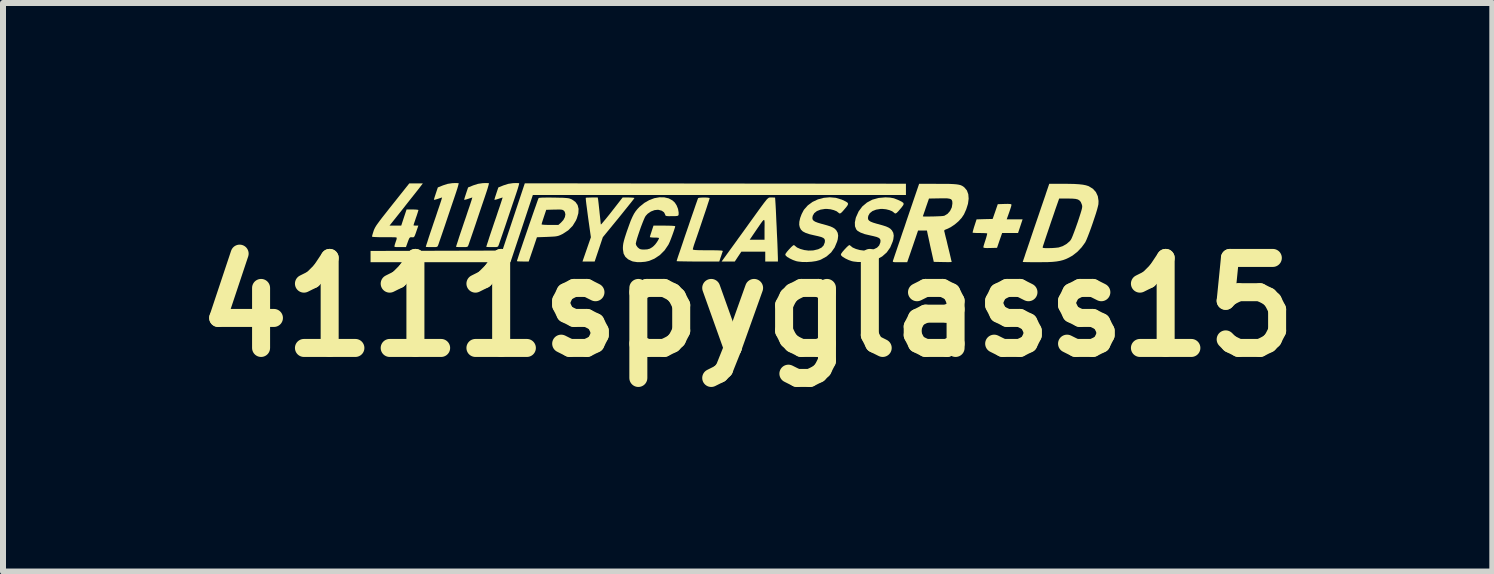
<source format=kicad_pcb>
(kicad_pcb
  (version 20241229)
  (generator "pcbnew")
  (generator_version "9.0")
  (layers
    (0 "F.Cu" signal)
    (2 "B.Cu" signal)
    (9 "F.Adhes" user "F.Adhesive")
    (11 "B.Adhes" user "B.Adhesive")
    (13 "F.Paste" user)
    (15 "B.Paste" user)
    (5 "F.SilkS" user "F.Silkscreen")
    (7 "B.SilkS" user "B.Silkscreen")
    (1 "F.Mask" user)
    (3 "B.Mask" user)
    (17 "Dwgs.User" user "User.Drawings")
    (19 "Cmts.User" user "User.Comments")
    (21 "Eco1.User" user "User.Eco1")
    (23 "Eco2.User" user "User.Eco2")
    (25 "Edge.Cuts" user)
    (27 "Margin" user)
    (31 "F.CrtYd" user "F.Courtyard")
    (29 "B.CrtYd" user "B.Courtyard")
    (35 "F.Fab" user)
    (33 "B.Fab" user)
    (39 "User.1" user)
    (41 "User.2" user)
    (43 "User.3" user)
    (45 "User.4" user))
  (footprint "4111spyglass15"
    (layer "F.Cu")
    (at 9.407 2.069)
    (property "Reference" "4111spyglass15" (at 0 0 0) (layer "F.SilkS") (effects (font (size 1.5 1.5) (thickness 0.3))))
    (attr board_only exclude_from_pos_files exclude_from_bom)
    (fp_poly (pts (xy -0.538 -2.061) (xy 2.637 -2.058) (xy 2.637 -1.964) (xy 2.637 -1.87) (xy -0.471 -1.87) (xy -3.579 -1.87) (xy -3.765 -1.31) (xy -3.952 -0.75) (xy -5.117 -0.75) (xy -6.283 -0.75) (xy -6.283 -0.844) (xy -6.283 -0.938) (xy -5.185 -0.941) (xy -4.087 -0.944) (xy -3.9 -1.504) (xy -3.713 -2.065)) (stroke (width 0) (type solid)) (fill yes) (layer "F.SilkS"))
    (fp_poly (pts (xy -2.491 -1.79) (xy -2.488 -1.766) (xy -2.483 -1.723) (xy -2.477 -1.666) (xy -2.47 -1.602) (xy -2.467 -1.571) (xy -2.46 -1.508) (xy -2.454 -1.453) (xy -2.45 -1.41) (xy -2.447 -1.384) (xy -2.446 -1.379) (xy -2.438 -1.384) (xy -2.418 -1.407) (xy -2.388 -1.443) (xy -2.349 -1.49) (xy -2.303 -1.547) (xy -2.263 -1.598) (xy -2.083 -1.829) (xy -1.985 -1.829) (xy -1.94 -1.827) (xy -1.907 -1.825) (xy -1.889 -1.821) (xy -1.887 -1.819) (xy -1.894 -1.808) (xy -1.915 -1.781) (xy -1.947 -1.74) (xy -1.989 -1.688) (xy -2.039 -1.626) (xy -2.095 -1.556) (xy -2.15 -1.488) (xy -2.413 -1.167) (xy -2.481 -0.964) (xy -2.549 -0.762) (xy -2.651 -0.762) (xy -2.752 -0.762) (xy -2.682 -0.964) (xy -2.612 -1.166) (xy -2.658 -1.492) (xy -2.669 -1.576) (xy -2.679 -1.653) (xy -2.688 -1.719) (xy -2.694 -1.771) (xy -2.697 -1.807) (xy -2.698 -1.823) (xy -2.698 -1.823) (xy -2.684 -1.826) (xy -2.653 -1.827) (xy -2.61 -1.828) (xy -2.595 -1.829) (xy -2.498 -1.829)) (stroke (width 0) (type solid)) (fill yes) (layer "F.SilkS"))
    (fp_poly (pts (xy 4.369 -1.72) (xy 4.388 -1.717) (xy 4.395 -1.71) (xy 4.395 -1.706) (xy 4.392 -1.688) (xy 4.382 -1.654) (xy 4.367 -1.609) (xy 4.356 -1.577) (xy 4.316 -1.465) (xy 4.448 -1.465) (xy 4.581 -1.465) (xy 4.543 -1.351) (xy 4.505 -1.237) (xy 4.372 -1.237) (xy 4.24 -1.237) (xy 4.197 -1.114) (xy 4.155 -0.99) (xy 4.041 -0.987) (xy 3.986 -0.986) (xy 3.951 -0.988) (xy 3.933 -0.992) (xy 3.927 -0.999) (xy 3.927 -1) (xy 3.93 -1.017) (xy 3.94 -1.051) (xy 3.954 -1.095) (xy 3.962 -1.119) (xy 3.976 -1.165) (xy 3.986 -1.202) (xy 3.991 -1.225) (xy 3.99 -1.23) (xy 3.976 -1.233) (xy 3.944 -1.235) (xy 3.9 -1.236) (xy 3.867 -1.237) (xy 3.818 -1.237) (xy 3.778 -1.239) (xy 3.753 -1.241) (xy 3.748 -1.243) (xy 3.75 -1.256) (xy 3.758 -1.287) (xy 3.77 -1.329) (xy 3.779 -1.357) (xy 3.814 -1.464) (xy 3.948 -1.468) (xy 4.082 -1.471) (xy 4.125 -1.594) (xy 4.167 -1.717) (xy 4.281 -1.721) (xy 4.335 -1.722)) (stroke (width 0) (type solid)) (fill yes) (layer "F.SilkS"))
    (fp_poly (pts (xy -4.831 -2.068) (xy -4.815 -2.067) (xy -4.815 -2.067) (xy -4.816 -2.055) (xy -4.824 -2.024) (xy -4.837 -1.979) (xy -4.855 -1.923) (xy -4.872 -1.872) (xy -4.894 -1.807) (xy -4.922 -1.725) (xy -4.953 -1.633) (xy -4.986 -1.535) (xy -5.019 -1.437) (xy -5.041 -1.371) (xy -5.069 -1.289) (xy -5.095 -1.213) (xy -5.118 -1.146) (xy -5.137 -1.091) (xy -5.15 -1.052) (xy -5.158 -1.032) (xy -5.158 -1.031) (xy -5.165 -1.016) (xy -5.176 -1.007) (xy -5.196 -1.003) (xy -5.23 -1.002) (xy -5.264 -1.002) (xy -5.309 -1.002) (xy -5.343 -1.004) (xy -5.361 -1.005) (xy -5.362 -1.006) (xy -5.36 -1.018) (xy -5.35 -1.049) (xy -5.334 -1.097) (xy -5.314 -1.161) (xy -5.289 -1.236) (xy -5.26 -1.321) (xy -5.229 -1.414) (xy -5.227 -1.419) (xy -5.195 -1.512) (xy -5.167 -1.597) (xy -5.141 -1.673) (xy -5.12 -1.736) (xy -5.104 -1.785) (xy -5.095 -1.817) (xy -5.091 -1.828) (xy -5.091 -1.829) (xy -5.104 -1.825) (xy -5.131 -1.816) (xy -5.161 -1.806) (xy -5.196 -1.795) (xy -5.22 -1.79) (xy -5.228 -1.792) (xy -5.224 -1.806) (xy -5.215 -1.837) (xy -5.201 -1.879) (xy -5.195 -1.898) (xy -5.162 -1.996) (xy -5.075 -2.031) (xy -4.997 -2.056) (xy -4.922 -2.067) (xy -4.905 -2.068) (xy -4.863 -2.069)) (stroke (width 0) (type solid)) (fill yes) (layer "F.SilkS"))
    (fp_poly (pts (xy -4.327 -2.068) (xy -4.311 -2.067) (xy -4.311 -2.067) (xy -4.312 -2.055) (xy -4.32 -2.024) (xy -4.333 -1.979) (xy -4.351 -1.923) (xy -4.368 -1.872) (xy -4.39 -1.807) (xy -4.418 -1.725) (xy -4.449 -1.633) (xy -4.482 -1.535) (xy -4.515 -1.437) (xy -4.537 -1.371) (xy -4.565 -1.289) (xy -4.591 -1.213) (xy -4.614 -1.146) (xy -4.633 -1.091) (xy -4.646 -1.052) (xy -4.654 -1.032) (xy -4.654 -1.031) (xy -4.661 -1.016) (xy -4.672 -1.007) (xy -4.692 -1.003) (xy -4.726 -1.002) (xy -4.76 -1.002) (xy -4.805 -1.002) (xy -4.839 -1.004) (xy -4.857 -1.005) (xy -4.858 -1.006) (xy -4.856 -1.018) (xy -4.846 -1.049) (xy -4.83 -1.097) (xy -4.81 -1.161) (xy -4.785 -1.236) (xy -4.756 -1.321) (xy -4.725 -1.414) (xy -4.723 -1.419) (xy -4.691 -1.512) (xy -4.663 -1.597) (xy -4.637 -1.673) (xy -4.616 -1.736) (xy -4.6 -1.785) (xy -4.591 -1.817) (xy -4.587 -1.828) (xy -4.587 -1.829) (xy -4.599 -1.825) (xy -4.627 -1.816) (xy -4.657 -1.806) (xy -4.692 -1.795) (xy -4.716 -1.79) (xy -4.724 -1.792) (xy -4.72 -1.806) (xy -4.711 -1.837) (xy -4.697 -1.879) (xy -4.691 -1.898) (xy -4.658 -1.996) (xy -4.571 -2.031) (xy -4.493 -2.056) (xy -4.418 -2.067) (xy -4.401 -2.068) (xy -4.359 -2.069)) (stroke (width 0) (type solid)) (fill yes) (layer "F.SilkS"))
    (fp_poly (pts (xy -3.823 -2.068) (xy -3.807 -2.067) (xy -3.807 -2.067) (xy -3.808 -2.055) (xy -3.816 -2.024) (xy -3.829 -1.979) (xy -3.847 -1.923) (xy -3.864 -1.872) (xy -3.886 -1.807) (xy -3.914 -1.725) (xy -3.945 -1.633) (xy -3.978 -1.535) (xy -4.011 -1.437) (xy -4.033 -1.371) (xy -4.061 -1.289) (xy -4.087 -1.213) (xy -4.11 -1.146) (xy -4.129 -1.091) (xy -4.142 -1.052) (xy -4.15 -1.032) (xy -4.15 -1.031) (xy -4.157 -1.016) (xy -4.168 -1.007) (xy -4.188 -1.003) (xy -4.222 -1.002) (xy -4.256 -1.002) (xy -4.301 -1.002) (xy -4.335 -1.004) (xy -4.353 -1.005) (xy -4.354 -1.006) (xy -4.352 -1.018) (xy -4.342 -1.049) (xy -4.326 -1.097) (xy -4.306 -1.161) (xy -4.281 -1.236) (xy -4.252 -1.321) (xy -4.221 -1.414) (xy -4.219 -1.419) (xy -4.187 -1.512) (xy -4.159 -1.597) (xy -4.133 -1.673) (xy -4.112 -1.736) (xy -4.096 -1.785) (xy -4.086 -1.817) (xy -4.083 -1.828) (xy -4.083 -1.829) (xy -4.095 -1.825) (xy -4.123 -1.816) (xy -4.153 -1.806) (xy -4.188 -1.795) (xy -4.212 -1.79) (xy -4.22 -1.792) (xy -4.216 -1.806) (xy -4.207 -1.837) (xy -4.193 -1.879) (xy -4.187 -1.898) (xy -4.154 -1.996) (xy -4.067 -2.031) (xy -3.988 -2.056) (xy -3.914 -2.067) (xy -3.897 -2.068) (xy -3.855 -2.069)) (stroke (width 0) (type solid)) (fill yes) (layer "F.SilkS"))
    (fp_poly (pts (xy 0.39 -1.829) (xy 0.4 -1.829) (xy 0.433 -1.828) (xy 0.454 -1.827) (xy 0.457 -1.826) (xy 0.459 -1.8) (xy 0.462 -1.755) (xy 0.466 -1.692) (xy 0.47 -1.616) (xy 0.474 -1.529) (xy 0.478 -1.435) (xy 0.483 -1.337) (xy 0.487 -1.238) (xy 0.492 -1.141) (xy 0.496 -1.05) (xy 0.499 -0.968) (xy 0.501 -0.898) (xy 0.503 -0.844) (xy 0.504 -0.808) (xy 0.504 -0.802) (xy 0.504 -0.762) (xy 0.399 -0.762) (xy 0.293 -0.762) (xy 0.293 -0.844) (xy 0.293 -0.926) (xy 0.094 -0.926) (xy -0.105 -0.926) (xy -0.16 -0.844) (xy -0.214 -0.762) (xy -0.324 -0.762) (xy -0.434 -0.762) (xy -0.279 -0.976) (xy -0.228 -1.046) (xy -0.171 -1.125) (xy 0.034 -1.125) (xy 0.158 -1.125) (xy 0.281 -1.125) (xy 0.281 -1.303) (xy 0.282 -1.365) (xy 0.282 -1.412) (xy 0.28 -1.441) (xy 0.274 -1.455) (xy 0.262 -1.45) (xy 0.243 -1.429) (xy 0.215 -1.39) (xy 0.175 -1.332) (xy 0.136 -1.275) (xy 0.034 -1.125) (xy -0.171 -1.125) (xy -0.168 -1.13) (xy -0.101 -1.222) (xy -0.033 -1.316) (xy 0.032 -1.407) (xy 0.074 -1.465) (xy 0.141 -1.558) (xy 0.195 -1.633) (xy 0.239 -1.693) (xy 0.274 -1.74) (xy 0.301 -1.774) (xy 0.321 -1.799) (xy 0.338 -1.814) (xy 0.351 -1.824) (xy 0.363 -1.828) (xy 0.376 -1.829)) (stroke (width 0) (type solid)) (fill yes) (layer "F.SilkS"))
    (fp_poly (pts (xy -0.703 -1.828) (xy -0.667 -1.826) (xy -0.641 -1.822) (xy -0.633 -1.817) (xy -0.637 -1.804) (xy -0.647 -1.771) (xy -0.663 -1.723) (xy -0.683 -1.66) (xy -0.707 -1.588) (xy -0.734 -1.509) (xy -0.762 -1.425) (xy -0.791 -1.339) (xy -0.819 -1.256) (xy -0.846 -1.177) (xy -0.871 -1.105) (xy -0.878 -1.085) (xy -0.894 -1.038) (xy -0.906 -0.998) (xy -0.913 -0.972) (xy -0.914 -0.965) (xy -0.91 -0.96) (xy -0.896 -0.956) (xy -0.869 -0.953) (xy -0.827 -0.951) (xy -0.768 -0.95) (xy -0.688 -0.949) (xy -0.661 -0.949) (xy -0.575 -0.949) (xy -0.51 -0.948) (xy -0.463 -0.946) (xy -0.433 -0.944) (xy -0.418 -0.94) (xy -0.414 -0.935) (xy -0.414 -0.935) (xy -0.421 -0.917) (xy -0.432 -0.884) (xy -0.446 -0.842) (xy -0.447 -0.841) (xy -0.473 -0.762) (xy -0.829 -0.762) (xy -0.917 -0.762) (xy -0.998 -0.763) (xy -1.067 -0.764) (xy -1.123 -0.765) (xy -1.162 -0.766) (xy -1.182 -0.768) (xy -1.184 -0.768) (xy -1.18 -0.781) (xy -1.17 -0.813) (xy -1.154 -0.862) (xy -1.132 -0.925) (xy -1.107 -0.999) (xy -1.079 -1.082) (xy -1.049 -1.172) (xy -1.017 -1.265) (xy -0.985 -1.358) (xy -0.954 -1.45) (xy -0.924 -1.537) (xy -0.896 -1.617) (xy -0.872 -1.688) (xy -0.852 -1.745) (xy -0.837 -1.788) (xy -0.828 -1.812) (xy -0.826 -1.817) (xy -0.812 -1.823) (xy -0.783 -1.826) (xy -0.744 -1.828)) (stroke (width 0) (type solid)) (fill yes) (layer "F.SilkS"))
    (fp_poly (pts (xy -5.446 -2.019) (xy -5.464 -1.995) (xy -5.496 -1.954) (xy -5.541 -1.897) (xy -5.599 -1.824) (xy -5.668 -1.737) (xy -5.747 -1.636) (xy -5.837 -1.523) (xy -5.904 -1.439) (xy -5.967 -1.36) (xy -5.87 -1.36) (xy -5.772 -1.36) (xy -5.728 -1.494) (xy -5.683 -1.629) (xy -5.584 -1.629) (xy -5.54 -1.628) (xy -5.505 -1.625) (xy -5.487 -1.621) (xy -5.486 -1.619) (xy -5.489 -1.605) (xy -5.499 -1.573) (xy -5.513 -1.529) (xy -5.527 -1.49) (xy -5.543 -1.441) (xy -5.557 -1.401) (xy -5.565 -1.374) (xy -5.568 -1.365) (xy -5.557 -1.362) (xy -5.532 -1.36) (xy -5.527 -1.36) (xy -5.487 -1.36) (xy -5.514 -1.281) (xy -5.532 -1.229) (xy -5.545 -1.195) (xy -5.555 -1.176) (xy -5.565 -1.167) (xy -5.578 -1.165) (xy -5.592 -1.166) (xy -5.613 -1.167) (xy -5.628 -1.161) (xy -5.64 -1.145) (xy -5.653 -1.114) (xy -5.668 -1.073) (xy -5.693 -1.003) (xy -5.781 -1.002) (xy -5.826 -1.002) (xy -5.861 -1.003) (xy -5.881 -1.005) (xy -5.882 -1.005) (xy -5.885 -1.018) (xy -5.878 -1.048) (xy -5.866 -1.084) (xy -5.851 -1.127) (xy -5.847 -1.153) (xy -5.852 -1.163) (xy -5.852 -1.163) (xy -5.868 -1.165) (xy -5.904 -1.166) (xy -5.954 -1.167) (xy -6.015 -1.167) (xy -6.063 -1.167) (xy -6.134 -1.167) (xy -6.192 -1.169) (xy -6.233 -1.171) (xy -6.256 -1.175) (xy -6.259 -1.177) (xy -6.256 -1.193) (xy -6.247 -1.225) (xy -6.234 -1.265) (xy -6.234 -1.267) (xy -6.226 -1.289) (xy -6.216 -1.311) (xy -6.203 -1.336) (xy -6.185 -1.365) (xy -6.16 -1.4) (xy -6.127 -1.445) (xy -6.085 -1.5) (xy -6.031 -1.568) (xy -5.966 -1.651) (xy -5.923 -1.705) (xy -5.638 -2.063) (xy -5.525 -2.063) (xy -5.412 -2.063)) (stroke (width 0) (type solid)) (fill yes) (layer "F.SilkS"))
    (fp_poly (pts (xy -3.249 -1.827) (xy -3.227 -1.827) (xy -3.145 -1.825) (xy -3.082 -1.824) (xy -3.036 -1.821) (xy -3.002 -1.818) (xy -2.976 -1.814) (xy -2.955 -1.807) (xy -2.935 -1.799) (xy -2.924 -1.793) (xy -2.869 -1.754) (xy -2.833 -1.702) (xy -2.817 -1.639) (xy -2.821 -1.566) (xy -2.845 -1.483) (xy -2.862 -1.444) (xy -2.916 -1.356) (xy -2.989 -1.282) (xy -3.079 -1.223) (xy -3.091 -1.217) (xy -3.122 -1.202) (xy -3.15 -1.191) (xy -3.178 -1.184) (xy -3.212 -1.179) (xy -3.258 -1.176) (xy -3.321 -1.173) (xy -3.34 -1.172) (xy -3.511 -1.166) (xy -3.579 -0.964) (xy -3.648 -0.762) (xy -3.746 -0.762) (xy -3.791 -0.763) (xy -3.825 -0.764) (xy -3.843 -0.767) (xy -3.845 -0.768) (xy -3.841 -0.781) (xy -3.83 -0.814) (xy -3.814 -0.864) (xy -3.793 -0.928) (xy -3.767 -1.003) (xy -3.739 -1.086) (xy -3.708 -1.176) (xy -3.676 -1.269) (xy -3.644 -1.363) (xy -3.638 -1.381) (xy -3.434 -1.381) (xy -3.423 -1.377) (xy -3.394 -1.374) (xy -3.349 -1.372) (xy -3.295 -1.371) (xy -3.294 -1.371) (xy -3.154 -1.371) (xy -3.111 -1.409) (xy -3.07 -1.454) (xy -3.045 -1.502) (xy -3.037 -1.548) (xy -3.047 -1.589) (xy -3.06 -1.606) (xy -3.072 -1.616) (xy -3.087 -1.623) (xy -3.111 -1.627) (xy -3.147 -1.628) (xy -3.2 -1.627) (xy -3.22 -1.627) (xy -3.356 -1.623) (xy -3.395 -1.507) (xy -3.411 -1.458) (xy -3.424 -1.417) (xy -3.432 -1.389) (xy -3.434 -1.381) (xy -3.638 -1.381) (xy -3.612 -1.455) (xy -3.582 -1.542) (xy -3.554 -1.622) (xy -3.529 -1.692) (xy -3.509 -1.75) (xy -3.494 -1.792) (xy -3.484 -1.816) (xy -3.482 -1.82) (xy -3.468 -1.823) (xy -3.434 -1.826) (xy -3.383 -1.827) (xy -3.32 -1.828)) (stroke (width 0) (type solid)) (fill yes) (layer "F.SilkS"))
    (fp_poly (pts (xy 2.372 -1.827) (xy 2.437 -1.815) (xy 2.501 -1.79) (xy 2.526 -1.779) (xy 2.569 -1.757) (xy 2.593 -1.739) (xy 2.6 -1.72) (xy 2.589 -1.696) (xy 2.563 -1.661) (xy 2.546 -1.641) (xy 2.509 -1.598) (xy 2.484 -1.573) (xy 2.465 -1.562) (xy 2.451 -1.565) (xy 2.438 -1.576) (xy 2.408 -1.599) (xy 2.362 -1.618) (xy 2.306 -1.632) (xy 2.248 -1.638) (xy 2.215 -1.638) (xy 2.14 -1.626) (xy 2.079 -1.602) (xy 2.035 -1.567) (xy 2.01 -1.523) (xy 2.004 -1.487) (xy 2.008 -1.463) (xy 2.022 -1.444) (xy 2.049 -1.426) (xy 2.092 -1.409) (xy 2.155 -1.39) (xy 2.176 -1.385) (xy 2.25 -1.364) (xy 2.306 -1.346) (xy 2.346 -1.328) (xy 2.376 -1.309) (xy 2.398 -1.286) (xy 2.402 -1.283) (xy 2.426 -1.24) (xy 2.434 -1.192) (xy 2.427 -1.132) (xy 2.416 -1.093) (xy 2.375 -0.995) (xy 2.317 -0.913) (xy 2.241 -0.846) (xy 2.147 -0.794) (xy 2.124 -0.785) (xy 2.066 -0.769) (xy 1.992 -0.758) (xy 1.912 -0.753) (xy 1.833 -0.754) (xy 1.764 -0.762) (xy 1.735 -0.768) (xy 1.681 -0.787) (xy 1.629 -0.812) (xy 1.585 -0.838) (xy 1.56 -0.861) (xy 1.553 -0.875) (xy 1.558 -0.892) (xy 1.578 -0.92) (xy 1.58 -0.923) (xy 1.612 -0.96) (xy 1.648 -0.998) (xy 1.656 -1.006) (xy 1.681 -1.028) (xy 1.696 -1.036) (xy 1.707 -1.03) (xy 1.712 -1.025) (xy 1.749 -0.995) (xy 1.804 -0.971) (xy 1.869 -0.953) (xy 1.939 -0.944) (xy 2.008 -0.946) (xy 2.026 -0.948) (xy 2.101 -0.966) (xy 2.156 -0.993) (xy 2.191 -1.029) (xy 2.21 -1.077) (xy 2.212 -1.088) (xy 2.213 -1.116) (xy 2.205 -1.138) (xy 2.186 -1.155) (xy 2.152 -1.17) (xy 2.099 -1.184) (xy 2.045 -1.196) (xy 1.951 -1.218) (xy 1.881 -1.244) (xy 1.832 -1.272) (xy 1.809 -1.297) (xy 1.788 -1.349) (xy 1.786 -1.413) (xy 1.801 -1.487) (xy 1.805 -1.499) (xy 1.849 -1.597) (xy 1.91 -1.679) (xy 1.987 -1.744) (xy 2.077 -1.792) (xy 2.182 -1.821) (xy 2.297 -1.831)) (stroke (width 0) (type solid)) (fill yes) (layer "F.SilkS"))
    (fp_poly (pts (xy 1.469 -1.823) (xy 1.565 -1.794) (xy 1.579 -1.788) (xy 1.63 -1.764) (xy 1.661 -1.745) (xy 1.673 -1.726) (xy 1.668 -1.704) (xy 1.646 -1.672) (xy 1.62 -1.641) (xy 1.583 -1.598) (xy 1.558 -1.573) (xy 1.539 -1.562) (xy 1.525 -1.565) (xy 1.512 -1.576) (xy 1.482 -1.599) (xy 1.436 -1.618) (xy 1.38 -1.632) (xy 1.322 -1.638) (xy 1.289 -1.638) (xy 1.214 -1.626) (xy 1.153 -1.602) (xy 1.109 -1.567) (xy 1.084 -1.523) (xy 1.078 -1.487) (xy 1.082 -1.463) (xy 1.096 -1.444) (xy 1.123 -1.426) (xy 1.166 -1.409) (xy 1.229 -1.39) (xy 1.25 -1.385) (xy 1.324 -1.364) (xy 1.38 -1.346) (xy 1.42 -1.328) (xy 1.45 -1.309) (xy 1.473 -1.286) (xy 1.476 -1.283) (xy 1.5 -1.24) (xy 1.508 -1.192) (xy 1.501 -1.132) (xy 1.49 -1.093) (xy 1.449 -0.995) (xy 1.391 -0.913) (xy 1.315 -0.846) (xy 1.221 -0.794) (xy 1.198 -0.785) (xy 1.14 -0.769) (xy 1.066 -0.758) (xy 0.986 -0.753) (xy 0.907 -0.754) (xy 0.838 -0.762) (xy 0.809 -0.768) (xy 0.755 -0.787) (xy 0.703 -0.812) (xy 0.659 -0.838) (xy 0.634 -0.861) (xy 0.627 -0.875) (xy 0.632 -0.892) (xy 0.652 -0.92) (xy 0.654 -0.923) (xy 0.686 -0.96) (xy 0.722 -0.998) (xy 0.73 -1.006) (xy 0.755 -1.028) (xy 0.77 -1.036) (xy 0.781 -1.03) (xy 0.786 -1.025) (xy 0.823 -0.995) (xy 0.878 -0.971) (xy 0.943 -0.953) (xy 1.013 -0.944) (xy 1.082 -0.946) (xy 1.1 -0.948) (xy 1.175 -0.966) (xy 1.23 -0.993) (xy 1.265 -1.029) (xy 1.284 -1.077) (xy 1.286 -1.088) (xy 1.287 -1.116) (xy 1.279 -1.138) (xy 1.26 -1.155) (xy 1.226 -1.17) (xy 1.173 -1.184) (xy 1.119 -1.196) (xy 1.033 -1.216) (xy 0.967 -1.238) (xy 0.919 -1.263) (xy 0.887 -1.294) (xy 0.868 -1.332) (xy 0.859 -1.374) (xy 0.861 -1.425) (xy 0.875 -1.487) (xy 0.899 -1.551) (xy 0.93 -1.611) (xy 0.939 -1.626) (xy 1.002 -1.697) (xy 1.081 -1.755) (xy 1.17 -1.797) (xy 1.268 -1.823) (xy 1.368 -1.832)) (stroke (width 0) (type solid)) (fill yes) (layer "F.SilkS"))
    (fp_poly (pts (xy 3.172 -2.056) (xy 3.276 -2.056) (xy 3.36 -2.055) (xy 3.426 -2.052) (xy 3.477 -2.048) (xy 3.517 -2.042) (xy 3.548 -2.034) (xy 3.573 -2.023) (xy 3.595 -2.009) (xy 3.612 -1.995) (xy 3.653 -1.946) (xy 3.676 -1.883) (xy 3.682 -1.809) (xy 3.671 -1.724) (xy 3.642 -1.632) (xy 3.604 -1.547) (xy 3.566 -1.49) (xy 3.512 -1.431) (xy 3.448 -1.377) (xy 3.382 -1.333) (xy 3.319 -1.303) (xy 3.314 -1.301) (xy 3.284 -1.289) (xy 3.274 -1.275) (xy 3.275 -1.268) (xy 3.28 -1.251) (xy 3.288 -1.216) (xy 3.3 -1.167) (xy 3.315 -1.109) (xy 3.33 -1.044) (xy 3.346 -0.978) (xy 3.362 -0.913) (xy 3.376 -0.854) (xy 3.387 -0.806) (xy 3.395 -0.772) (xy 3.399 -0.755) (xy 3.399 -0.754) (xy 3.388 -0.753) (xy 3.358 -0.752) (xy 3.314 -0.752) (xy 3.259 -0.753) (xy 3.25 -0.753) (xy 3.101 -0.756) (xy 3.058 -0.949) (xy 3.042 -1.02) (xy 3.028 -1.087) (xy 3.015 -1.147) (xy 3.005 -1.192) (xy 3.001 -1.21) (xy 2.987 -1.278) (xy 2.913 -1.278) (xy 2.839 -1.278) (xy 2.798 -1.157) (xy 2.777 -1.096) (xy 2.752 -1.022) (xy 2.726 -0.947) (xy 2.708 -0.894) (xy 2.658 -0.75) (xy 2.535 -0.75) (xy 2.481 -0.75) (xy 2.446 -0.751) (xy 2.427 -0.754) (xy 2.419 -0.76) (xy 2.419 -0.769) (xy 2.421 -0.777) (xy 2.427 -0.792) (xy 2.439 -0.828) (xy 2.457 -0.882) (xy 2.481 -0.952) (xy 2.509 -1.035) (xy 2.542 -1.131) (xy 2.577 -1.236) (xy 2.616 -1.348) (xy 2.643 -1.43) (xy 2.672 -1.515) (xy 2.919 -1.515) (xy 2.929 -1.512) (xy 2.958 -1.511) (xy 3.001 -1.511) (xy 3.053 -1.512) (xy 3.108 -1.513) (xy 3.163 -1.515) (xy 3.213 -1.517) (xy 3.251 -1.52) (xy 3.275 -1.524) (xy 3.278 -1.525) (xy 3.33 -1.556) (xy 3.372 -1.604) (xy 3.401 -1.663) (xy 3.411 -1.726) (xy 3.411 -1.727) (xy 3.41 -1.759) (xy 3.403 -1.782) (xy 3.389 -1.799) (xy 3.364 -1.808) (xy 3.324 -1.814) (xy 3.268 -1.815) (xy 3.194 -1.814) (xy 3.021 -1.811) (xy 2.97 -1.664) (xy 2.952 -1.61) (xy 2.936 -1.564) (xy 2.925 -1.532) (xy 2.919 -1.516) (xy 2.919 -1.515) (xy 2.672 -1.515) (xy 2.857 -2.057)) (stroke (width 0) (type solid)) (fill yes) (layer "F.SilkS"))
    (fp_poly (pts (xy -1.39 -1.831) (xy -1.316 -1.814) (xy -1.252 -1.779) (xy -1.214 -1.744) (xy -1.183 -1.696) (xy -1.16 -1.638) (xy -1.15 -1.58) (xy -1.15 -1.547) (xy -1.153 -1.534) (xy -1.161 -1.525) (xy -1.177 -1.521) (xy -1.206 -1.518) (xy -1.254 -1.518) (xy -1.262 -1.518) (xy -1.312 -1.517) (xy -1.344 -1.519) (xy -1.362 -1.523) (xy -1.371 -1.531) (xy -1.375 -1.544) (xy -1.376 -1.548) (xy -1.394 -1.582) (xy -1.431 -1.608) (xy -1.482 -1.622) (xy -1.495 -1.624) (xy -1.552 -1.618) (xy -1.612 -1.595) (xy -1.666 -1.558) (xy -1.7 -1.521) (xy -1.714 -1.496) (xy -1.733 -1.453) (xy -1.755 -1.398) (xy -1.779 -1.335) (xy -1.802 -1.269) (xy -1.824 -1.204) (xy -1.843 -1.145) (xy -1.856 -1.097) (xy -1.863 -1.064) (xy -1.864 -1.057) (xy -1.856 -1.031) (xy -1.836 -1.002) (xy -1.829 -0.995) (xy -1.805 -0.975) (xy -1.78 -0.965) (xy -1.745 -0.961) (xy -1.731 -0.961) (xy -1.674 -0.964) (xy -1.63 -0.976) (xy -1.59 -1) (xy -1.565 -1.021) (xy -1.539 -1.048) (xy -1.513 -1.083) (xy -1.491 -1.118) (xy -1.478 -1.146) (xy -1.477 -1.154) (xy -1.488 -1.157) (xy -1.516 -1.16) (xy -1.553 -1.16) (xy -1.592 -1.162) (xy -1.619 -1.165) (xy -1.629 -1.169) (xy -1.626 -1.184) (xy -1.617 -1.214) (xy -1.603 -1.256) (xy -1.599 -1.269) (xy -1.569 -1.36) (xy -1.388 -1.36) (xy -1.326 -1.359) (xy -1.273 -1.358) (xy -1.233 -1.355) (xy -1.211 -1.352) (xy -1.207 -1.35) (xy -1.211 -1.33) (xy -1.223 -1.294) (xy -1.239 -1.246) (xy -1.258 -1.193) (xy -1.278 -1.14) (xy -1.297 -1.092) (xy -1.314 -1.055) (xy -1.321 -1.041) (xy -1.384 -0.948) (xy -1.463 -0.869) (xy -1.554 -0.809) (xy -1.642 -0.772) (xy -1.705 -0.758) (xy -1.775 -0.752) (xy -1.844 -0.752) (xy -1.903 -0.761) (xy -1.924 -0.766) (xy -1.991 -0.798) (xy -2.038 -0.84) (xy -2.067 -0.893) (xy -2.078 -0.962) (xy -2.079 -0.99) (xy -2.077 -1.026) (xy -2.072 -1.063) (xy -2.062 -1.106) (xy -2.047 -1.159) (xy -2.025 -1.227) (xy -2.012 -1.266) (xy -1.977 -1.364) (xy -1.948 -1.443) (xy -1.92 -1.506) (xy -1.894 -1.557) (xy -1.866 -1.6) (xy -1.835 -1.638) (xy -1.8 -1.675) (xy -1.798 -1.676) (xy -1.722 -1.738) (xy -1.64 -1.785) (xy -1.555 -1.817) (xy -1.47 -1.832)) (stroke (width 0) (type solid)) (fill yes) (layer "F.SilkS"))
    (fp_poly (pts (xy 5.346 -2.056) (xy 5.442 -2.054) (xy 5.521 -2.049) (xy 5.584 -2.042) (xy 5.635 -2.032) (xy 5.676 -2.019) (xy 5.685 -2.015) (xy 5.752 -1.974) (xy 5.802 -1.919) (xy 5.834 -1.85) (xy 5.846 -1.771) (xy 5.844 -1.717) (xy 5.836 -1.681) (xy 5.822 -1.627) (xy 5.802 -1.56) (xy 5.777 -1.485) (xy 5.75 -1.404) (xy 5.722 -1.324) (xy 5.694 -1.248) (xy 5.668 -1.18) (xy 5.645 -1.124) (xy 5.627 -1.086) (xy 5.624 -1.08) (xy 5.565 -0.999) (xy 5.493 -0.923) (xy 5.412 -0.86) (xy 5.355 -0.828) (xy 5.305 -0.804) (xy 5.256 -0.786) (xy 5.205 -0.773) (xy 5.148 -0.763) (xy 5.082 -0.756) (xy 5.002 -0.752) (xy 4.904 -0.751) (xy 4.844 -0.75) (xy 4.768 -0.75) (xy 4.702 -0.751) (xy 4.647 -0.752) (xy 4.607 -0.753) (xy 4.586 -0.754) (xy 4.583 -0.754) (xy 4.587 -0.766) (xy 4.597 -0.797) (xy 4.614 -0.846) (xy 4.635 -0.911) (xy 4.662 -0.988) (xy 4.665 -0.998) (xy 4.915 -0.998) (xy 4.918 -0.991) (xy 4.932 -0.987) (xy 4.961 -0.985) (xy 5.008 -0.985) (xy 5.014 -0.985) (xy 5.071 -0.986) (xy 5.127 -0.99) (xy 5.173 -0.995) (xy 5.181 -0.996) (xy 5.249 -1.018) (xy 5.314 -1.055) (xy 5.367 -1.101) (xy 5.384 -1.123) (xy 5.397 -1.147) (xy 5.415 -1.189) (xy 5.437 -1.246) (xy 5.462 -1.313) (xy 5.488 -1.387) (xy 5.499 -1.418) (xy 5.526 -1.5) (xy 5.546 -1.562) (xy 5.56 -1.608) (xy 5.569 -1.642) (xy 5.573 -1.666) (xy 5.574 -1.685) (xy 5.571 -1.7) (xy 5.566 -1.716) (xy 5.566 -1.716) (xy 5.551 -1.752) (xy 5.531 -1.777) (xy 5.503 -1.795) (xy 5.464 -1.805) (xy 5.408 -1.81) (xy 5.337 -1.811) (xy 5.19 -1.811) (xy 5.157 -1.717) (xy 5.145 -1.683) (xy 5.127 -1.632) (xy 5.106 -1.569) (xy 5.081 -1.496) (xy 5.054 -1.418) (xy 5.027 -1.337) (xy 5 -1.258) (xy 4.975 -1.184) (xy 4.953 -1.118) (xy 4.936 -1.065) (xy 4.923 -1.027) (xy 4.918 -1.011) (xy 4.915 -0.998) (xy 4.665 -0.998) (xy 4.692 -1.077) (xy 4.724 -1.173) (xy 4.746 -1.238) (xy 4.783 -1.347) (xy 4.82 -1.455) (xy 4.856 -1.56) (xy 4.889 -1.658) (xy 4.919 -1.745) (xy 4.944 -1.818) (xy 4.963 -1.873) (xy 4.967 -1.887) (xy 5.025 -2.057) (xy 5.229 -2.057)) (stroke (width 0) (type solid)) (fill yes) (layer "F.SilkS")))
  (gr_rect
    (start -3 -3)
    (end 21.814 6.473)
    (stroke (width 0.1) (type default))
    (fill no)
    (layer "Edge.Cuts")))
</source>
